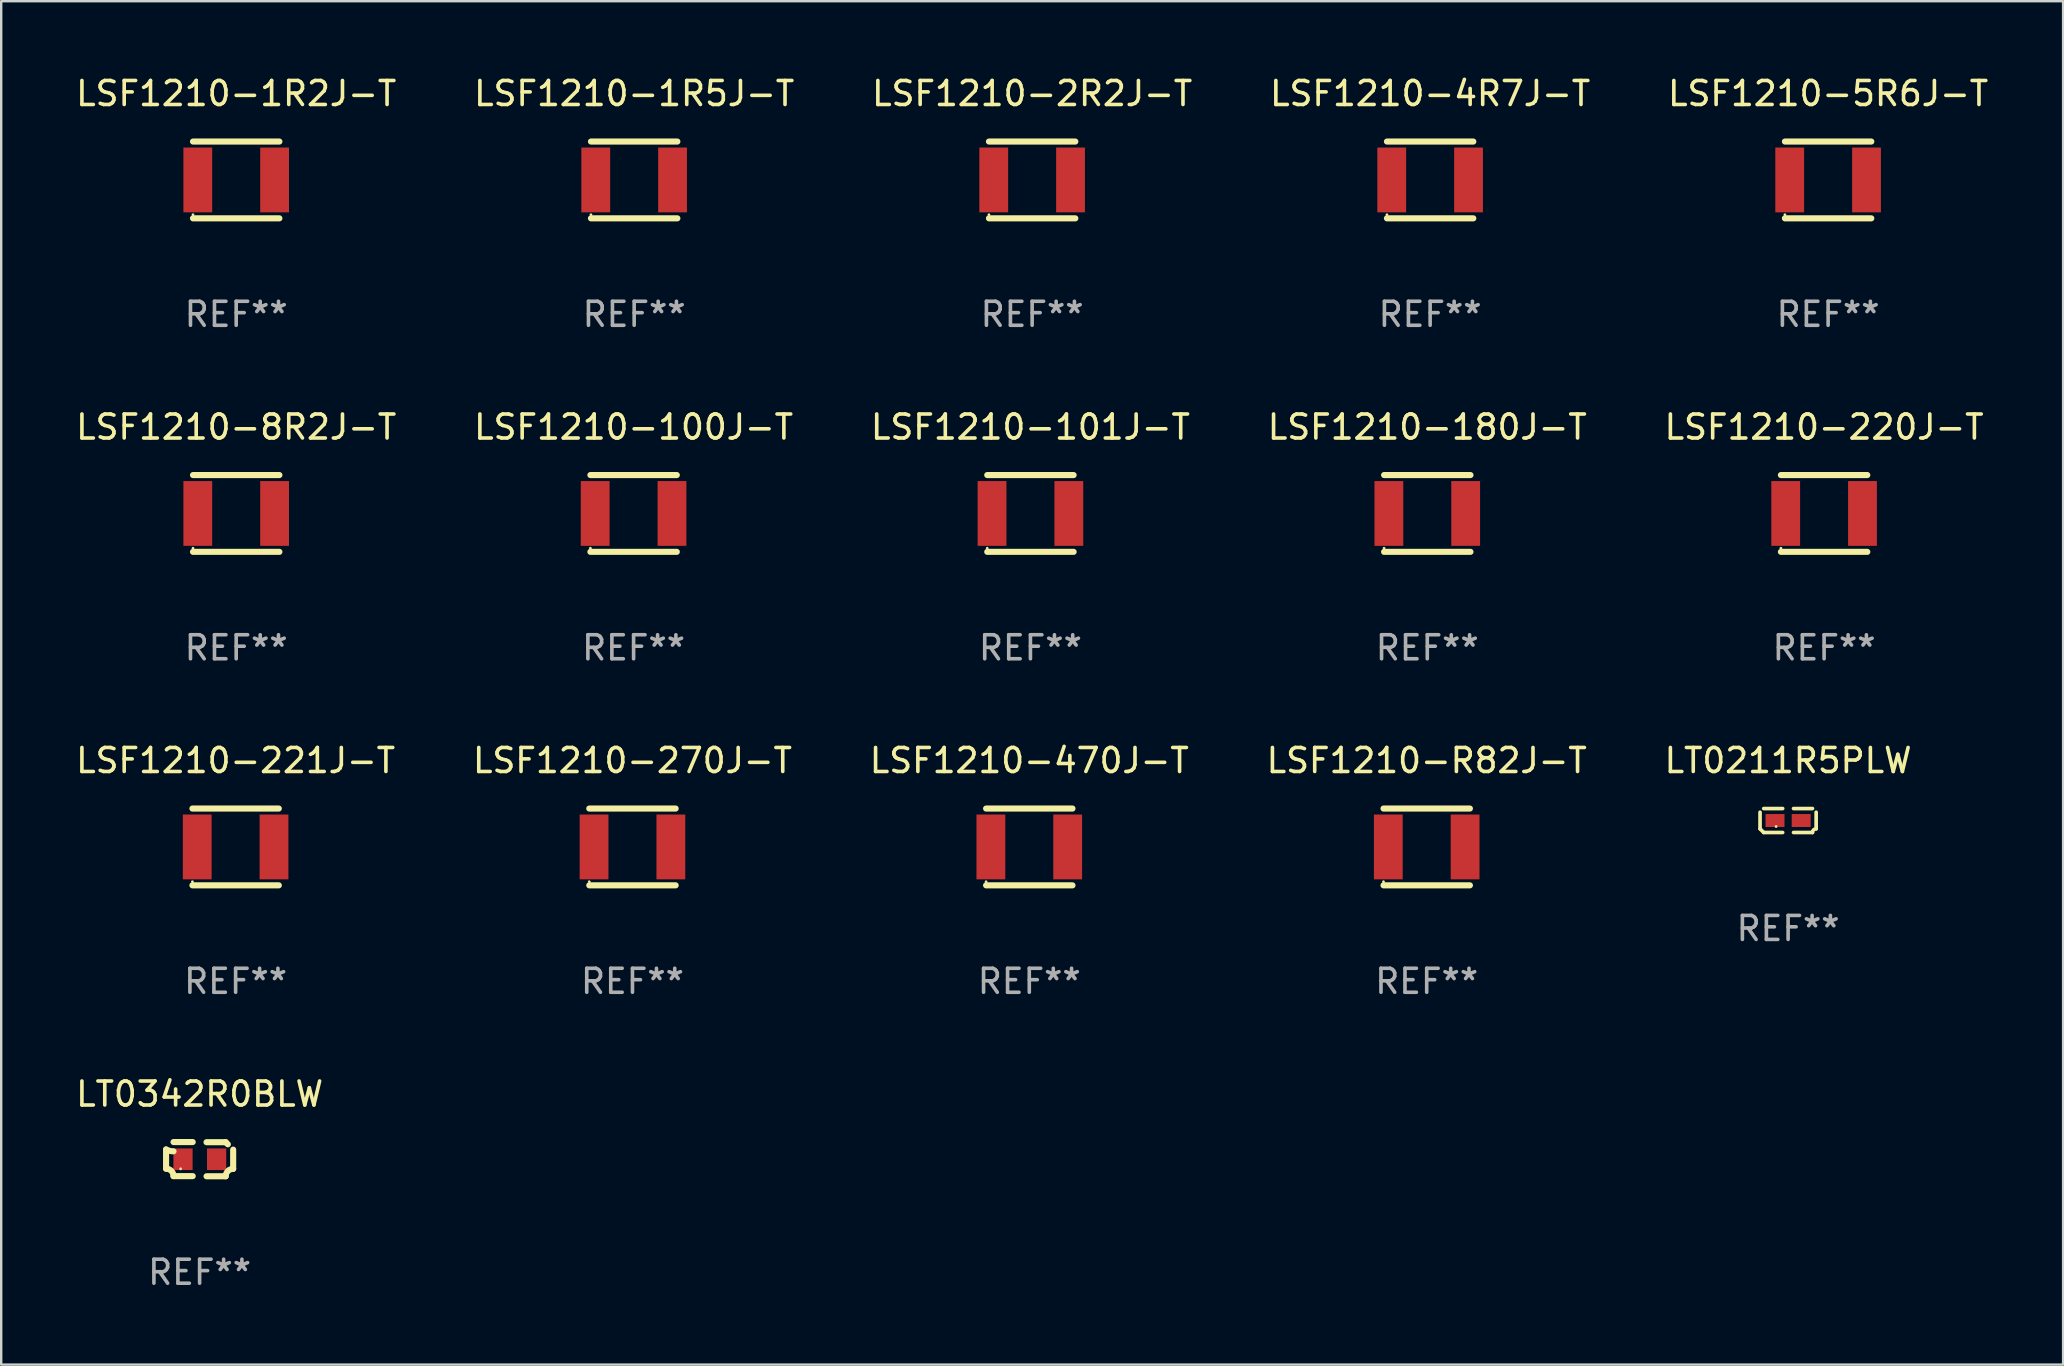
<source format=kicad_pcb>
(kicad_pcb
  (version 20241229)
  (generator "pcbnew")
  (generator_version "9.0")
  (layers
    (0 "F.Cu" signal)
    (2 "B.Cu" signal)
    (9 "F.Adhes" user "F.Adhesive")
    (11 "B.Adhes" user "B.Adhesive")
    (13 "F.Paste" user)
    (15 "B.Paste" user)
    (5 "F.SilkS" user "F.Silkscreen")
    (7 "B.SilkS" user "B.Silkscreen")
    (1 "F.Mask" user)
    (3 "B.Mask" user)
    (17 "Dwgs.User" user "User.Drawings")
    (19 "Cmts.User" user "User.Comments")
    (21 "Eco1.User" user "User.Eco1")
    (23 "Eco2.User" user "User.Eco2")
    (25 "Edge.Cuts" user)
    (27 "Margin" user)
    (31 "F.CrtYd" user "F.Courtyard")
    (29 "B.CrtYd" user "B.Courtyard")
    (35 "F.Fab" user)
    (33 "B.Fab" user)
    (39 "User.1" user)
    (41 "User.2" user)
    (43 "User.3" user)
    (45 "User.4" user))
  (footprint "LT0211R5PLW"
    (layer "F.Cu")
    (at 71.458 31.14)
    (property "Reference" "LT0211R5PLW" (at 0 -2.499 0) (layer "F.SilkS") (effects (font (size 1 1) (thickness 0.15))))
    (attr through_hole)
    (fp_line (start -1.169 0.346) (end -1.169 -0.346) (stroke (width 0.152) (type solid)) (layer "F.SilkS"))
    (fp_line (start -1.016 -0.499) (end -0.226 -0.499) (stroke (width 0.152) (type solid)) (layer "F.SilkS"))
    (fp_line (start -0.226 0.499) (end -1.016 0.499) (stroke (width 0.152) (type solid)) (layer "F.SilkS"))
    (fp_line (start 0.226 0.499) (end 1.016 0.499) (stroke (width 0.152) (type solid)) (layer "F.SilkS"))
    (fp_line (start 1.016 -0.499) (end 0.226 -0.499) (stroke (width 0.152) (type solid)) (layer "F.SilkS"))
    (fp_line (start 1.169 0.346) (end 1.169 -0.346) (stroke (width 0.152) (type solid)) (layer "F.SilkS"))
    (fp_arc (start -1.016307 0.498603) (mid -1.092512 0.422405) (end -1.16871 0.3462) (stroke (width 0.1524) (type solid)) (layer "F.SilkS"))
    (fp_arc (start 1.016307 0.498603) (mid 1.060899 0.390758) (end 1.168707 0.346076) (stroke (width 0.1524) (type solid)) (layer "F.SilkS"))
    (fp_circle (center -0.5 0.25) (end -0.47 0.25) (stroke (width 0.06) (type solid)) (fill no) (layer "F.SilkS"))
    (fp_text user "REF**" (at 0 4.499 0) (layer "F.Fab") (effects (font (size 1 1) (thickness 0.15))))
    (pad "1" smd rect (at -0.545 0) (size 0.79 0.54) (layers "F.Cu" "F.Mask" "F.Paste"))
    (pad "2" smd rect (at 0.545 0) (size 0.79 0.54) (layers "F.Cu" "F.Mask" "F.Paste")))
  (footprint "LSF1210-470J-T"
    (layer "F.Cu")
    (at 39.839 32.241)
    (property "Reference" "LSF1210-470J-T" (at 0 -3.6 0) (layer "F.SilkS") (effects (font (size 1 1) (thickness 0.15))))
    (attr through_hole)
    (fp_line (start -1.8 -1.6) (end 1.8 -1.6) (stroke (width 0.254) (type solid)) (layer "F.SilkS"))
    (fp_line (start -1.8 1.6) (end 1.8 1.6) (stroke (width 0.254) (type solid)) (layer "F.SilkS"))
    (fp_circle (center -1.8 1.45) (end -1.77 1.45) (stroke (width 0.06) (type solid)) (fill no) (layer "F.SilkS"))
    (fp_text user "REF**" (at 0 5.6 0) (layer "F.Fab") (effects (font (size 1 1) (thickness 0.15))))
    (pad "1" smd rect (at -1.6 0 90) (size 2.7 1.2) (layers "F.Cu" "F.Mask" "F.Paste"))
    (pad "2" smd rect (at 1.6 0 90) (size 2.7 1.2) (layers "F.Cu" "F.Mask" "F.Paste")))
  (footprint "LSF1210-R82J-T"
    (layer "F.Cu")
    (at 56.399 32.241)
    (property "Reference" "LSF1210-R82J-T" (at 0 -3.6 0) (layer "F.SilkS") (effects (font (size 1 1) (thickness 0.15))))
    (attr through_hole)
    (fp_line (start -1.8 -1.6) (end 1.8 -1.6) (stroke (width 0.254) (type solid)) (layer "F.SilkS"))
    (fp_line (start -1.8 1.6) (end 1.8 1.6) (stroke (width 0.254) (type solid)) (layer "F.SilkS"))
    (fp_circle (center -1.8 1.45) (end -1.77 1.45) (stroke (width 0.06) (type solid)) (fill no) (layer "F.SilkS"))
    (fp_text user "REF**" (at 0 5.6 0) (layer "F.Fab") (effects (font (size 1 1) (thickness 0.15))))
    (pad "1" smd rect (at -1.6 0 90) (size 2.7 1.2) (layers "F.Cu" "F.Mask" "F.Paste"))
    (pad "2" smd rect (at 1.6 0 90) (size 2.7 1.2) (layers "F.Cu" "F.Mask" "F.Paste")))
  (footprint "LSF1210-8R2J-T"
    (layer "F.Cu")
    (at 6.792 18.345)
    (property "Reference" "LSF1210-8R2J-T" (at 0 -3.6 0) (layer "F.SilkS") (effects (font (size 1 1) (thickness 0.15))))
    (attr through_hole)
    (fp_line (start -1.8 -1.6) (end 1.8 -1.6) (stroke (width 0.254) (type solid)) (layer "F.SilkS"))
    (fp_line (start -1.8 1.6) (end 1.8 1.6) (stroke (width 0.254) (type solid)) (layer "F.SilkS"))
    (fp_circle (center -1.8 1.45) (end -1.77 1.45) (stroke (width 0.06) (type solid)) (fill no) (layer "F.SilkS"))
    (fp_text user "REF**" (at 0 5.6 0) (layer "F.Fab") (effects (font (size 1 1) (thickness 0.15))))
    (pad "1" smd rect (at -1.6 0 90) (size 2.7 1.2) (layers "F.Cu" "F.Mask" "F.Paste"))
    (pad "2" smd rect (at 1.6 0 90) (size 2.7 1.2) (layers "F.Cu" "F.Mask" "F.Paste")))
  (footprint "LSF1210-4R7J-T"
    (layer "F.Cu")
    (at 56.542 4.448)
    (property "Reference" "LSF1210-4R7J-T" (at 0 -3.6 0) (layer "F.SilkS") (effects (font (size 1 1) (thickness 0.15))))
    (attr through_hole)
    (fp_line (start -1.8 -1.6) (end 1.8 -1.6) (stroke (width 0.254) (type solid)) (layer "F.SilkS"))
    (fp_line (start -1.8 1.6) (end 1.8 1.6) (stroke (width 0.254) (type solid)) (layer "F.SilkS"))
    (fp_circle (center -1.8 1.45) (end -1.77 1.45) (stroke (width 0.06) (type solid)) (fill no) (layer "F.SilkS"))
    (fp_text user "REF**" (at 0 5.6 0) (layer "F.Fab") (effects (font (size 1 1) (thickness 0.15))))
    (pad "1" smd rect (at -1.6 0 90) (size 2.7 1.2) (layers "F.Cu" "F.Mask" "F.Paste"))
    (pad "2" smd rect (at 1.6 0 90) (size 2.7 1.2) (layers "F.Cu" "F.Mask" "F.Paste")))
  (footprint "LSF1210-180J-T"
    (layer "F.Cu")
    (at 56.423 18.345)
    (property "Reference" "LSF1210-180J-T" (at 0 -3.6 0) (layer "F.SilkS") (effects (font (size 1 1) (thickness 0.15))))
    (attr through_hole)
    (fp_line (start -1.8 -1.6) (end 1.8 -1.6) (stroke (width 0.254) (type solid)) (layer "F.SilkS"))
    (fp_line (start -1.8 1.6) (end 1.8 1.6) (stroke (width 0.254) (type solid)) (layer "F.SilkS"))
    (fp_circle (center -1.8 1.45) (end -1.77 1.45) (stroke (width 0.06) (type solid)) (fill no) (layer "F.SilkS"))
    (fp_text user "REF**" (at 0 5.6 0) (layer "F.Fab") (effects (font (size 1 1) (thickness 0.15))))
    (pad "1" smd rect (at -1.6 0 90) (size 2.7 1.2) (layers "F.Cu" "F.Mask" "F.Paste"))
    (pad "2" smd rect (at 1.6 0 90) (size 2.7 1.2) (layers "F.Cu" "F.Mask" "F.Paste")))
  (footprint "LSF1210-5R6J-T"
    (layer "F.Cu")
    (at 73.125 4.448)
    (property "Reference" "LSF1210-5R6J-T" (at 0 -3.6 0) (layer "F.SilkS") (effects (font (size 1 1) (thickness 0.15))))
    (attr through_hole)
    (fp_line (start -1.8 -1.6) (end 1.8 -1.6) (stroke (width 0.254) (type solid)) (layer "F.SilkS"))
    (fp_line (start -1.8 1.6) (end 1.8 1.6) (stroke (width 0.254) (type solid)) (layer "F.SilkS"))
    (fp_circle (center -1.8 1.45) (end -1.77 1.45) (stroke (width 0.06) (type solid)) (fill no) (layer "F.SilkS"))
    (fp_text user "REF**" (at 0 5.6 0) (layer "F.Fab") (effects (font (size 1 1) (thickness 0.15))))
    (pad "1" smd rect (at -1.6 0 90) (size 2.7 1.2) (layers "F.Cu" "F.Mask" "F.Paste"))
    (pad "2" smd rect (at 1.6 0 90) (size 2.7 1.2) (layers "F.Cu" "F.Mask" "F.Paste")))
  (footprint "LSF1210-220J-T"
    (layer "F.Cu")
    (at 72.958 18.345)
    (property "Reference" "LSF1210-220J-T" (at 0 -3.6 0) (layer "F.SilkS") (effects (font (size 1 1) (thickness 0.15))))
    (attr through_hole)
    (fp_line (start -1.8 -1.6) (end 1.8 -1.6) (stroke (width 0.254) (type solid)) (layer "F.SilkS"))
    (fp_line (start -1.8 1.6) (end 1.8 1.6) (stroke (width 0.254) (type solid)) (layer "F.SilkS"))
    (fp_circle (center -1.8 1.45) (end -1.77 1.45) (stroke (width 0.06) (type solid)) (fill no) (layer "F.SilkS"))
    (fp_text user "REF**" (at 0 5.6 0) (layer "F.Fab") (effects (font (size 1 1) (thickness 0.15))))
    (pad "1" smd rect (at -1.6 0 90) (size 2.7 1.2) (layers "F.Cu" "F.Mask" "F.Paste"))
    (pad "2" smd rect (at 1.6 0 90) (size 2.7 1.2) (layers "F.Cu" "F.Mask" "F.Paste")))
  (footprint "LSF1210-100J-T"
    (layer "F.Cu")
    (at 23.351 18.345)
    (property "Reference" "LSF1210-100J-T" (at 0 -3.6 0) (layer "F.SilkS") (effects (font (size 1 1) (thickness 0.15))))
    (attr through_hole)
    (fp_line (start -1.8 -1.6) (end 1.8 -1.6) (stroke (width 0.254) (type solid)) (layer "F.SilkS"))
    (fp_line (start -1.8 1.6) (end 1.8 1.6) (stroke (width 0.254) (type solid)) (layer "F.SilkS"))
    (fp_circle (center -1.8 1.45) (end -1.77 1.45) (stroke (width 0.06) (type solid)) (fill no) (layer "F.SilkS"))
    (fp_text user "REF**" (at 0 5.6 0) (layer "F.Fab") (effects (font (size 1 1) (thickness 0.15))))
    (pad "1" smd rect (at -1.6 0 90) (size 2.7 1.2) (layers "F.Cu" "F.Mask" "F.Paste"))
    (pad "2" smd rect (at 1.6 0 90) (size 2.7 1.2) (layers "F.Cu" "F.Mask" "F.Paste")))
  (footprint "LSF1210-221J-T"
    (layer "F.Cu")
    (at 6.768 32.241)
    (property "Reference" "LSF1210-221J-T" (at 0 -3.6 0) (layer "F.SilkS") (effects (font (size 1 1) (thickness 0.15))))
    (attr through_hole)
    (fp_line (start -1.8 -1.6) (end 1.8 -1.6) (stroke (width 0.254) (type solid)) (layer "F.SilkS"))
    (fp_line (start -1.8 1.6) (end 1.8 1.6) (stroke (width 0.254) (type solid)) (layer "F.SilkS"))
    (fp_circle (center -1.8 1.45) (end -1.77 1.45) (stroke (width 0.06) (type solid)) (fill no) (layer "F.SilkS"))
    (fp_text user "REF**" (at 0 5.6 0) (layer "F.Fab") (effects (font (size 1 1) (thickness 0.15))))
    (pad "1" smd rect (at -1.6 0 90) (size 2.7 1.2) (layers "F.Cu" "F.Mask" "F.Paste"))
    (pad "2" smd rect (at 1.6 0 90) (size 2.7 1.2) (layers "F.Cu" "F.Mask" "F.Paste")))
  (footprint "LSF1210-2R2J-T"
    (layer "F.Cu")
    (at 39.958 4.448)
    (property "Reference" "LSF1210-2R2J-T" (at 0 -3.6 0) (layer "F.SilkS") (effects (font (size 1 1) (thickness 0.15))))
    (attr through_hole)
    (fp_line (start -1.8 -1.6) (end 1.8 -1.6) (stroke (width 0.254) (type solid)) (layer "F.SilkS"))
    (fp_line (start -1.8 1.6) (end 1.8 1.6) (stroke (width 0.254) (type solid)) (layer "F.SilkS"))
    (fp_circle (center -1.8 1.45) (end -1.77 1.45) (stroke (width 0.06) (type solid)) (fill no) (layer "F.SilkS"))
    (fp_text user "REF**" (at 0 5.6 0) (layer "F.Fab") (effects (font (size 1 1) (thickness 0.15))))
    (pad "1" smd rect (at -1.6 0 90) (size 2.7 1.2) (layers "F.Cu" "F.Mask" "F.Paste"))
    (pad "2" smd rect (at 1.6 0 90) (size 2.7 1.2) (layers "F.Cu" "F.Mask" "F.Paste")))
  (footprint "LT0342R0BLW"
    (layer "F.Cu")
    (at 5.268 45.251)
    (property "Reference" "LT0342R0BLW" (at 0 -2.713 0) (layer "F.SilkS") (effects (font (size 1 1) (thickness 0.15))))
    (attr through_hole)
    (fp_line (start -1.398 -0.403) (end -1.398 0.397) (stroke (width 0.254) (type solid)) (layer "F.SilkS"))
    (fp_line (start -0.288 -0.713) (end -1.088 -0.713) (stroke (width 0.254) (type solid)) (layer "F.SilkS"))
    (fp_line (start -0.288 0.707) (end -1.088 0.707) (stroke (width 0.254) (type solid)) (layer "F.SilkS"))
    (fp_line (start 0.288 -0.707) (end 1.088 -0.707) (stroke (width 0.254) (type solid)) (layer "F.SilkS"))
    (fp_line (start 0.288 0.713) (end 1.088 0.713) (stroke (width 0.254) (type solid)) (layer "F.SilkS"))
    (fp_line (start 1.398 -0.397) (end 1.398 0.403) (stroke (width 0.254) (type solid)) (layer "F.SilkS"))
    (fp_arc (start -1.397789 0.397066) (mid -1.178701 0.487826) (end -1.08796 0.706922) (stroke (width 0.254001) (type solid)) (layer "F.SilkS"))
    (fp_arc (start -1.08796 -0.327176) (mid -1.247436 -0.346384) (end -1.39779 -0.402908) (stroke (width 0.254001) (type solid)) (layer "F.SilkS"))
    (fp_arc (start 1.087909 0.712738) (mid 1.178656 0.493655) (end 1.397739 0.402908) (stroke (width 0.254001) (type solid)) (layer "F.SilkS"))
    (fp_arc (start 1.175925 -0.618926) (mid 1.131917 -0.662923) (end 1.08791 -0.706922) (stroke (width 0.254001) (type solid)) (layer "F.SilkS"))
    (fp_circle (center -0.792 0.403) (end -0.762 0.403) (stroke (width 0.06) (type solid)) (fill no) (layer "F.SilkS"))
    (fp_text user "REF**" (at 0 4.713 0) (layer "F.Fab") (effects (font (size 1 1) (thickness 0.15))))
    (pad "1" smd rect (at -0.692 0.003) (size 0.8 0.9) (layers "F.Cu" "F.Mask" "F.Paste"))
    (pad "2" smd rect (at 0.708 0.003) (size 0.8 0.9) (layers "F.Cu" "F.Mask" "F.Paste")))
  (footprint "LSF1210-1R5J-T"
    (layer "F.Cu")
    (at 23.375 4.448)
    (property "Reference" "LSF1210-1R5J-T" (at 0 -3.6 0) (layer "F.SilkS") (effects (font (size 1 1) (thickness 0.15))))
    (attr through_hole)
    (fp_line (start -1.8 -1.6) (end 1.8 -1.6) (stroke (width 0.254) (type solid)) (layer "F.SilkS"))
    (fp_line (start -1.8 1.6) (end 1.8 1.6) (stroke (width 0.254) (type solid)) (layer "F.SilkS"))
    (fp_circle (center -1.8 1.45) (end -1.77 1.45) (stroke (width 0.06) (type solid)) (fill no) (layer "F.SilkS"))
    (fp_text user "REF**" (at 0 5.6 0) (layer "F.Fab") (effects (font (size 1 1) (thickness 0.15))))
    (pad "1" smd rect (at -1.6 0 90) (size 2.7 1.2) (layers "F.Cu" "F.Mask" "F.Paste"))
    (pad "2" smd rect (at 1.6 0 90) (size 2.7 1.2) (layers "F.Cu" "F.Mask" "F.Paste")))
  (footprint "LSF1210-1R2J-T"
    (layer "F.Cu")
    (at 6.792 4.448)
    (property "Reference" "LSF1210-1R2J-T" (at 0 -3.6 0) (layer "F.SilkS") (effects (font (size 1 1) (thickness 0.15))))
    (attr through_hole)
    (fp_line (start -1.8 -1.6) (end 1.8 -1.6) (stroke (width 0.254) (type solid)) (layer "F.SilkS"))
    (fp_line (start -1.8 1.6) (end 1.8 1.6) (stroke (width 0.254) (type solid)) (layer "F.SilkS"))
    (fp_circle (center -1.8 1.45) (end -1.77 1.45) (stroke (width 0.06) (type solid)) (fill no) (layer "F.SilkS"))
    (fp_text user "REF**" (at 0 5.6 0) (layer "F.Fab") (effects (font (size 1 1) (thickness 0.15))))
    (pad "1" smd rect (at -1.6 0 90) (size 2.7 1.2) (layers "F.Cu" "F.Mask" "F.Paste"))
    (pad "2" smd rect (at 1.6 0 90) (size 2.7 1.2) (layers "F.Cu" "F.Mask" "F.Paste")))
  (footprint "LSF1210-101J-T"
    (layer "F.Cu")
    (at 39.887 18.345)
    (property "Reference" "LSF1210-101J-T" (at 0 -3.6 0) (layer "F.SilkS") (effects (font (size 1 1) (thickness 0.15))))
    (attr through_hole)
    (fp_line (start -1.8 -1.6) (end 1.8 -1.6) (stroke (width 0.254) (type solid)) (layer "F.SilkS"))
    (fp_line (start -1.8 1.6) (end 1.8 1.6) (stroke (width 0.254) (type solid)) (layer "F.SilkS"))
    (fp_circle (center -1.8 1.45) (end -1.77 1.45) (stroke (width 0.06) (type solid)) (fill no) (layer "F.SilkS"))
    (fp_text user "REF**" (at 0 5.6 0) (layer "F.Fab") (effects (font (size 1 1) (thickness 0.15))))
    (pad "1" smd rect (at -1.6 0 90) (size 2.7 1.2) (layers "F.Cu" "F.Mask" "F.Paste"))
    (pad "2" smd rect (at 1.6 0 90) (size 2.7 1.2) (layers "F.Cu" "F.Mask" "F.Paste")))
  (footprint "LSF1210-270J-T"
    (layer "F.Cu")
    (at 23.304 32.241)
    (property "Reference" "LSF1210-270J-T" (at 0 -3.6 0) (layer "F.SilkS") (effects (font (size 1 1) (thickness 0.15))))
    (attr through_hole)
    (fp_line (start -1.8 -1.6) (end 1.8 -1.6) (stroke (width 0.254) (type solid)) (layer "F.SilkS"))
    (fp_line (start -1.8 1.6) (end 1.8 1.6) (stroke (width 0.254) (type solid)) (layer "F.SilkS"))
    (fp_circle (center -1.8 1.45) (end -1.77 1.45) (stroke (width 0.06) (type solid)) (fill no) (layer "F.SilkS"))
    (fp_text user "REF**" (at 0 5.6 0) (layer "F.Fab") (effects (font (size 1 1) (thickness 0.15))))
    (pad "1" smd rect (at -1.6 0 90) (size 2.7 1.2) (layers "F.Cu" "F.Mask" "F.Paste"))
    (pad "2" smd rect (at 1.6 0 90) (size 2.7 1.2) (layers "F.Cu" "F.Mask" "F.Paste")))
  (gr_rect
    (start -3 -3)
    (end 82.917 53.812)
    (stroke (width 0.1) (type default))
    (fill no)
    (layer "Edge.Cuts")))
</source>
